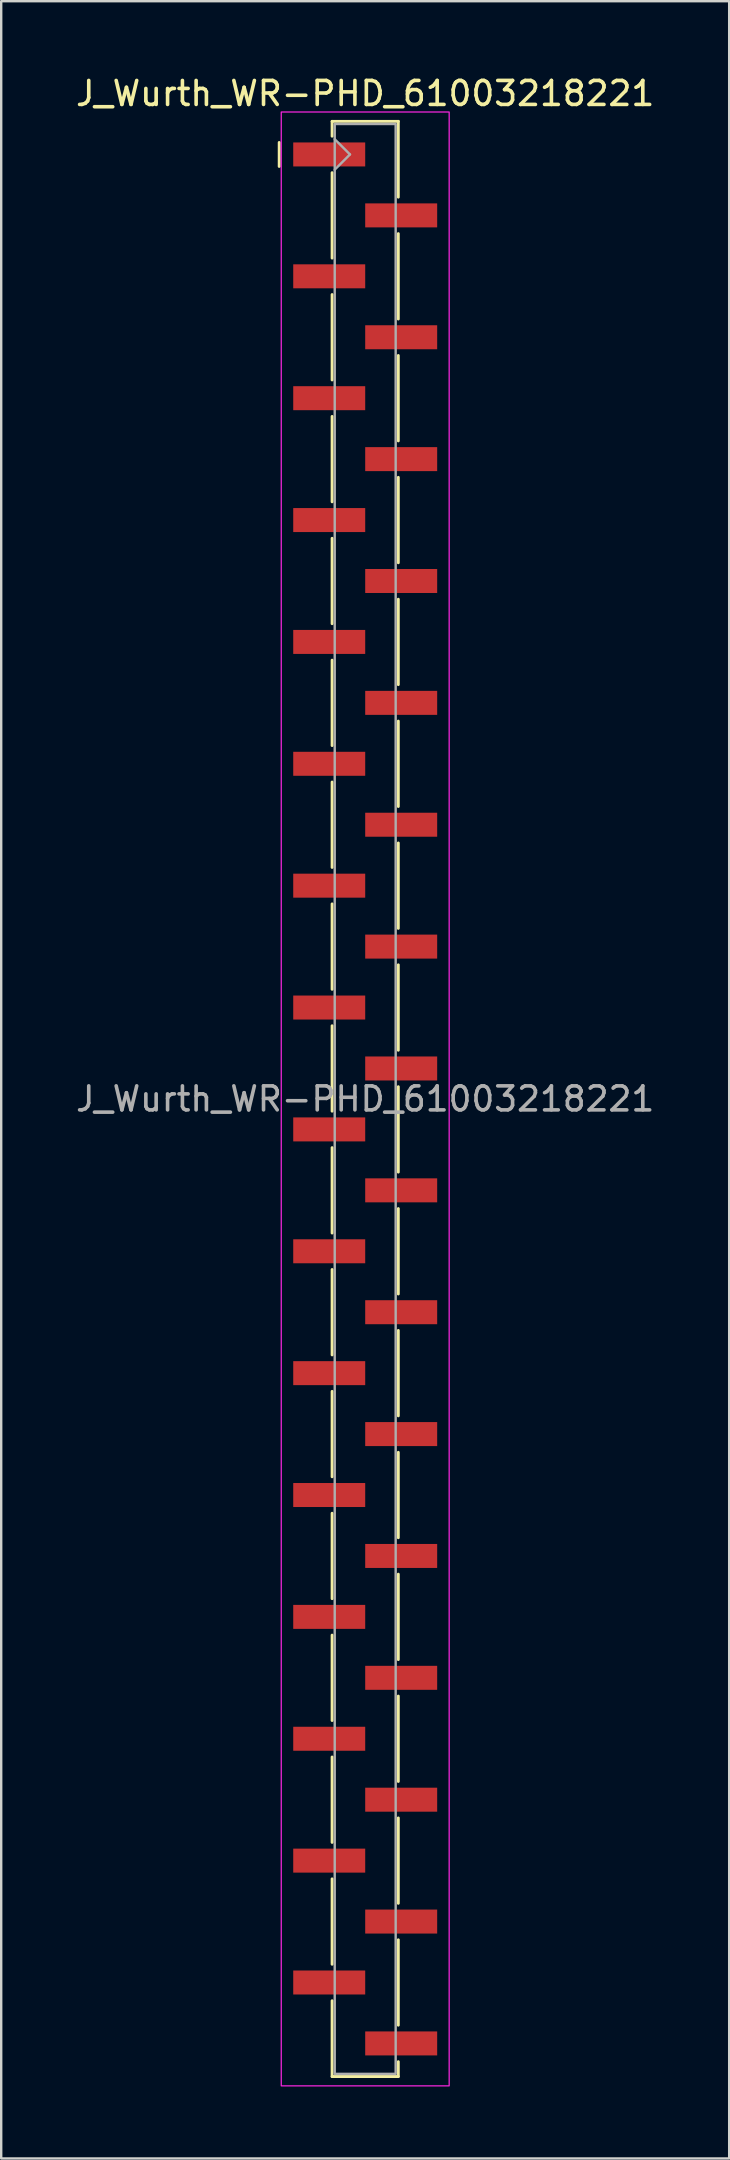
<source format=kicad_pcb>
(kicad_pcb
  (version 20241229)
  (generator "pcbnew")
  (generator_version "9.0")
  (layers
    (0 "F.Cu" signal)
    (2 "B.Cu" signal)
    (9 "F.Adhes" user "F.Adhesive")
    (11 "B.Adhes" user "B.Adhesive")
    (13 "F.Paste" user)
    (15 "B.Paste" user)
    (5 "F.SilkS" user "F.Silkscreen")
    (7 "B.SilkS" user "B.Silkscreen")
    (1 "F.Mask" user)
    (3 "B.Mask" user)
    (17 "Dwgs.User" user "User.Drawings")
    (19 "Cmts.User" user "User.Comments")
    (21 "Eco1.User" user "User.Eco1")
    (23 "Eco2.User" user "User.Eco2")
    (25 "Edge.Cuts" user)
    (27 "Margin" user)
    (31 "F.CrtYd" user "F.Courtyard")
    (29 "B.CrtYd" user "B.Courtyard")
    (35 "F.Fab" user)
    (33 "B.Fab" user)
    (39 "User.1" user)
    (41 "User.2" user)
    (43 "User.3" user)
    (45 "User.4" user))
  (footprint "J_Wurth_WR-PHD_61003218221"
    (layer "F.Cu")
    (at 12.173 42.758)
    (property "Reference" "J_Wurth_WR-PHD_61003218221" (at 0 -41.91 0) (unlocked yes) (layer "F.SilkS") (effects (font (size 1 1) (thickness 0.15))))
    (attr smd)
    (fp_line (start -3.585 -39.87) (end -3.585 -38.87) (stroke (width 0.12) (type solid)) (layer "F.SilkS"))
    (fp_line (start -1.38 -40.75) (end -1.38 -40.13) (stroke (width 0.12) (type solid)) (layer "F.SilkS"))
    (fp_line (start -1.38 -40.75) (end 1.38 -40.75) (stroke (width 0.12) (type solid)) (layer "F.SilkS"))
    (fp_line (start -1.38 -38.61) (end -1.38 -35.05) (stroke (width 0.12) (type solid)) (layer "F.SilkS"))
    (fp_line (start -1.38 -33.53) (end -1.38 -29.97) (stroke (width 0.12) (type solid)) (layer "F.SilkS"))
    (fp_line (start -1.38 -28.45) (end -1.38 -24.89) (stroke (width 0.12) (type solid)) (layer "F.SilkS"))
    (fp_line (start -1.38 -23.37) (end -1.38 -19.81) (stroke (width 0.12) (type solid)) (layer "F.SilkS"))
    (fp_line (start -1.38 -18.29) (end -1.38 -14.73) (stroke (width 0.12) (type solid)) (layer "F.SilkS"))
    (fp_line (start -1.38 -13.21) (end -1.38 -9.65) (stroke (width 0.12) (type solid)) (layer "F.SilkS"))
    (fp_line (start -1.38 -8.13) (end -1.38 -4.57) (stroke (width 0.12) (type solid)) (layer "F.SilkS"))
    (fp_line (start -1.38 -3.05) (end -1.38 0.51) (stroke (width 0.12) (type solid)) (layer "F.SilkS"))
    (fp_line (start -1.38 2.03) (end -1.38 5.59) (stroke (width 0.12) (type solid)) (layer "F.SilkS"))
    (fp_line (start -1.38 7.11) (end -1.38 10.67) (stroke (width 0.12) (type solid)) (layer "F.SilkS"))
    (fp_line (start -1.38 12.19) (end -1.38 15.75) (stroke (width 0.12) (type solid)) (layer "F.SilkS"))
    (fp_line (start -1.38 17.27) (end -1.38 20.83) (stroke (width 0.12) (type solid)) (layer "F.SilkS"))
    (fp_line (start -1.38 22.35) (end -1.38 25.91) (stroke (width 0.12) (type solid)) (layer "F.SilkS"))
    (fp_line (start -1.38 27.43) (end -1.38 30.99) (stroke (width 0.12) (type solid)) (layer "F.SilkS"))
    (fp_line (start -1.38 32.51) (end -1.38 36.07) (stroke (width 0.12) (type solid)) (layer "F.SilkS"))
    (fp_line (start -1.38 40.75) (end -1.38 37.59) (stroke (width 0.12) (type solid)) (layer "F.SilkS"))
    (fp_line (start -1.38 40.75) (end 1.38 40.75) (stroke (width 0.12) (type solid)) (layer "F.SilkS"))
    (fp_line (start 1.38 -40.75) (end 1.38 -37.59) (stroke (width 0.12) (type solid)) (layer "F.SilkS"))
    (fp_line (start 1.38 -32.51) (end 1.38 -36.07) (stroke (width 0.12) (type solid)) (layer "F.SilkS"))
    (fp_line (start 1.38 -30.99) (end 1.38 -27.43) (stroke (width 0.12) (type solid)) (layer "F.SilkS"))
    (fp_line (start 1.38 -25.91) (end 1.38 -22.35) (stroke (width 0.12) (type solid)) (layer "F.SilkS"))
    (fp_line (start 1.38 -20.83) (end 1.38 -17.27) (stroke (width 0.12) (type solid)) (layer "F.SilkS"))
    (fp_line (start 1.38 -15.75) (end 1.38 -12.19) (stroke (width 0.12) (type solid)) (layer "F.SilkS"))
    (fp_line (start 1.38 -10.67) (end 1.38 -7.11) (stroke (width 0.12) (type solid)) (layer "F.SilkS"))
    (fp_line (start 1.38 -5.59) (end 1.38 -2.03) (stroke (width 0.12) (type solid)) (layer "F.SilkS"))
    (fp_line (start 1.38 -0.51) (end 1.38 3.05) (stroke (width 0.12) (type solid)) (layer "F.SilkS"))
    (fp_line (start 1.38 4.57) (end 1.38 8.13) (stroke (width 0.12) (type solid)) (layer "F.SilkS"))
    (fp_line (start 1.38 9.65) (end 1.38 13.21) (stroke (width 0.12) (type solid)) (layer "F.SilkS"))
    (fp_line (start 1.38 14.73) (end 1.38 18.29) (stroke (width 0.12) (type solid)) (layer "F.SilkS"))
    (fp_line (start 1.38 19.81) (end 1.38 23.37) (stroke (width 0.12) (type solid)) (layer "F.SilkS"))
    (fp_line (start 1.38 24.89) (end 1.38 28.45) (stroke (width 0.12) (type solid)) (layer "F.SilkS"))
    (fp_line (start 1.38 29.97) (end 1.38 33.53) (stroke (width 0.12) (type solid)) (layer "F.SilkS"))
    (fp_line (start 1.38 35.05) (end 1.38 38.61) (stroke (width 0.12) (type solid)) (layer "F.SilkS"))
    (fp_line (start 1.38 40.75) (end 1.38 40.13) (stroke (width 0.12) (type solid)) (layer "F.SilkS"))
    (fp_rect (start -3.5 -41.14) (end 3.5 41.14) (stroke (width 0.05) (type solid)) (fill no) (layer "F.CrtYd"))
    (fp_line (start -1.27 -40.005) (end -0.635 -39.37) (stroke (width 0.1) (type default)) (layer "F.Fab"))
    (fp_line (start -0.635 -39.37) (end -1.27 -38.735) (stroke (width 0.1) (type default)) (layer "F.Fab"))
    (fp_rect (start -1.27 -40.64) (end 1.27 40.64) (stroke (width 0.1) (type solid)) (fill no) (layer "F.Fab"))
    (fp_text user "${REFERENCE}" (at 0 0 0) (unlocked yes) (layer "F.Fab") (effects (font (size 1 1) (thickness 0.15))))
    (pad "1" smd rect (at -1.5 -39.37 270) (size 1 3) (layers "F.Cu" "F.Mask" "F.Paste"))
    (pad "2" smd rect (at 1.5 -36.83 270) (size 1 3) (layers "F.Cu" "F.Mask" "F.Paste"))
    (pad "3" smd rect (at -1.5 -34.29 270) (size 1 3) (layers "F.Cu" "F.Mask" "F.Paste"))
    (pad "4" smd rect (at 1.5 -31.75 270) (size 1 3) (layers "F.Cu" "F.Mask" "F.Paste"))
    (pad "5" smd rect (at -1.5 -29.21 270) (size 1 3) (layers "F.Cu" "F.Mask" "F.Paste"))
    (pad "6" smd rect (at 1.5 -26.67 270) (size 1 3) (layers "F.Cu" "F.Mask" "F.Paste"))
    (pad "7" smd rect (at -1.5 -24.13 270) (size 1 3) (layers "F.Cu" "F.Mask" "F.Paste"))
    (pad "8" smd rect (at 1.5 -21.59 270) (size 1 3) (layers "F.Cu" "F.Mask" "F.Paste"))
    (pad "9" smd rect (at -1.5 -19.05 270) (size 1 3) (layers "F.Cu" "F.Mask" "F.Paste"))
    (pad "10" smd rect (at 1.5 -16.51 270) (size 1 3) (layers "F.Cu" "F.Mask" "F.Paste"))
    (pad "11" smd rect (at -1.5 -13.97 270) (size 1 3) (layers "F.Cu" "F.Mask" "F.Paste"))
    (pad "12" smd rect (at 1.5 -11.43 270) (size 1 3) (layers "F.Cu" "F.Mask" "F.Paste"))
    (pad "13" smd rect (at -1.5 -8.89 270) (size 1 3) (layers "F.Cu" "F.Mask" "F.Paste"))
    (pad "14" smd rect (at 1.5 -6.35 270) (size 1 3) (layers "F.Cu" "F.Mask" "F.Paste"))
    (pad "15" smd rect (at -1.5 -3.81 270) (size 1 3) (layers "F.Cu" "F.Mask" "F.Paste"))
    (pad "16" smd rect (at 1.5 -1.27 270) (size 1 3) (layers "F.Cu" "F.Mask" "F.Paste"))
    (pad "17" smd rect (at -1.5 1.27 270) (size 1 3) (layers "F.Cu" "F.Mask" "F.Paste"))
    (pad "18" smd rect (at 1.5 3.81 270) (size 1 3) (layers "F.Cu" "F.Mask" "F.Paste"))
    (pad "19" smd rect (at -1.5 6.35 270) (size 1 3) (layers "F.Cu" "F.Mask" "F.Paste"))
    (pad "20" smd rect (at 1.5 8.89 270) (size 1 3) (layers "F.Cu" "F.Mask" "F.Paste"))
    (pad "21" smd rect (at -1.5 11.43 270) (size 1 3) (layers "F.Cu" "F.Mask" "F.Paste"))
    (pad "22" smd rect (at 1.5 13.97 270) (size 1 3) (layers "F.Cu" "F.Mask" "F.Paste"))
    (pad "23" smd rect (at -1.5 16.51 270) (size 1 3) (layers "F.Cu" "F.Mask" "F.Paste"))
    (pad "24" smd rect (at 1.5 19.05 270) (size 1 3) (layers "F.Cu" "F.Mask" "F.Paste"))
    (pad "25" smd rect (at -1.5 21.59 270) (size 1 3) (layers "F.Cu" "F.Mask" "F.Paste"))
    (pad "26" smd rect (at 1.5 24.13 270) (size 1 3) (layers "F.Cu" "F.Mask" "F.Paste"))
    (pad "27" smd rect (at -1.5 26.67 270) (size 1 3) (layers "F.Cu" "F.Mask" "F.Paste"))
    (pad "28" smd rect (at 1.5 29.21 270) (size 1 3) (layers "F.Cu" "F.Mask" "F.Paste"))
    (pad "29" smd rect (at -1.5 31.75 270) (size 1 3) (layers "F.Cu" "F.Mask" "F.Paste"))
    (pad "30" smd rect (at 1.5 34.29 270) (size 1 3) (layers "F.Cu" "F.Mask" "F.Paste"))
    (pad "31" smd rect (at -1.5 36.83 270) (size 1 3) (layers "F.Cu" "F.Mask" "F.Paste"))
    (pad "32" smd rect (at 1.5 39.37 270) (size 1 3) (layers "F.Cu" "F.Mask" "F.Paste")))
  (gr_rect
    (start -3 -3)
    (end 27.345 86.923)
    (stroke (width 0.1) (type default))
    (fill no)
    (layer "Edge.Cuts")))
</source>
